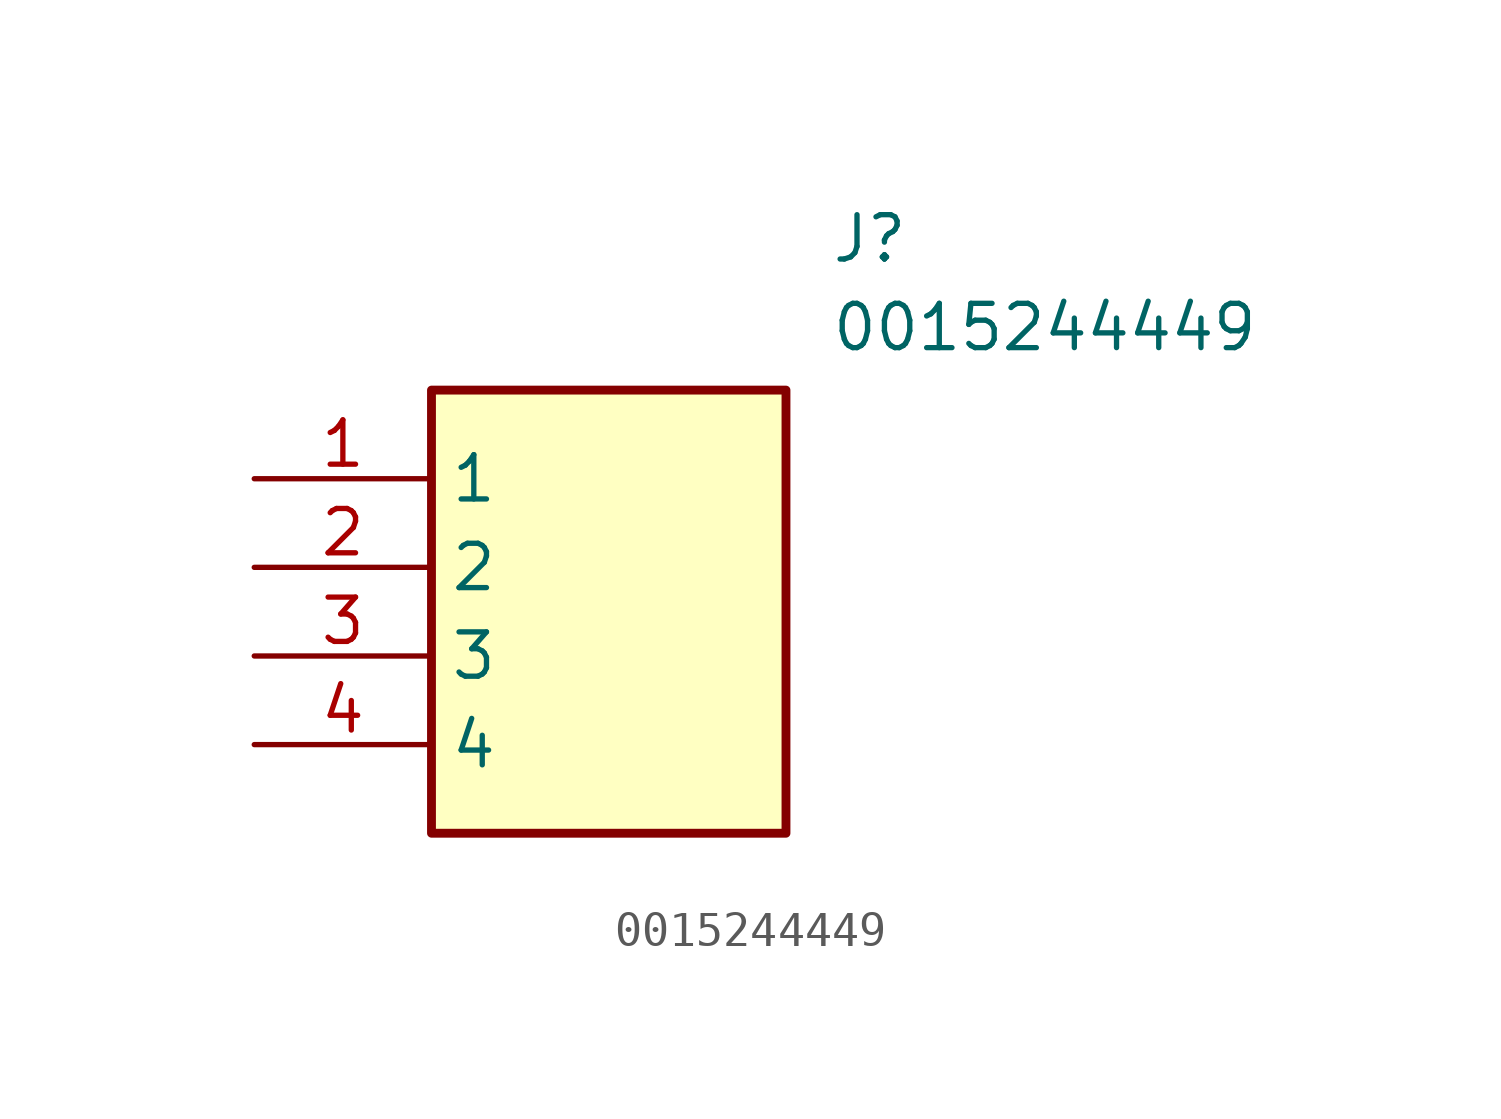
<source format=kicad_sym>
(kicad_symbol_lib
  (version 20211014)
  (generator SamacSys_ECAD_Model)
  (symbol "0015244449"
    (property "Reference" "J"
      (at 16.51 7.62 0)
      (effects (font (size 1.27 1.27)) (justify left top)))
    (property "Value" "0015244449"
      (at 16.51 5.08 0)
      (effects (font (size 1.27 1.27)) (justify left top)))
    (rectangle
      (start 5.08 2.54)
      (end 15.24 -10.16)
      (stroke (width 0.254) (type default))
      (fill (type background)))
    (pin passive line
      (at 0 0 0)
      (length 5.08)
      (name "1" (effects (font (size 1.27 1.27))))
      (number "1" (effects (font (size 1.27 1.27)))))
    (pin passive line
      (at 0 -2.54 0)
      (length 5.08)
      (name "2" (effects (font (size 1.27 1.27))))
      (number "2" (effects (font (size 1.27 1.27)))))
    (pin passive line
      (at 0 -5.08 0)
      (length 5.08)
      (name "3" (effects (font (size 1.27 1.27))))
      (number "3" (effects (font (size 1.27 1.27)))))
    (pin passive line
      (at 0 -7.62 0)
      (length 5.08)
      (name "4" (effects (font (size 1.27 1.27))))
      (number "4" (effects (font (size 1.27 1.27)))))))
</source>
